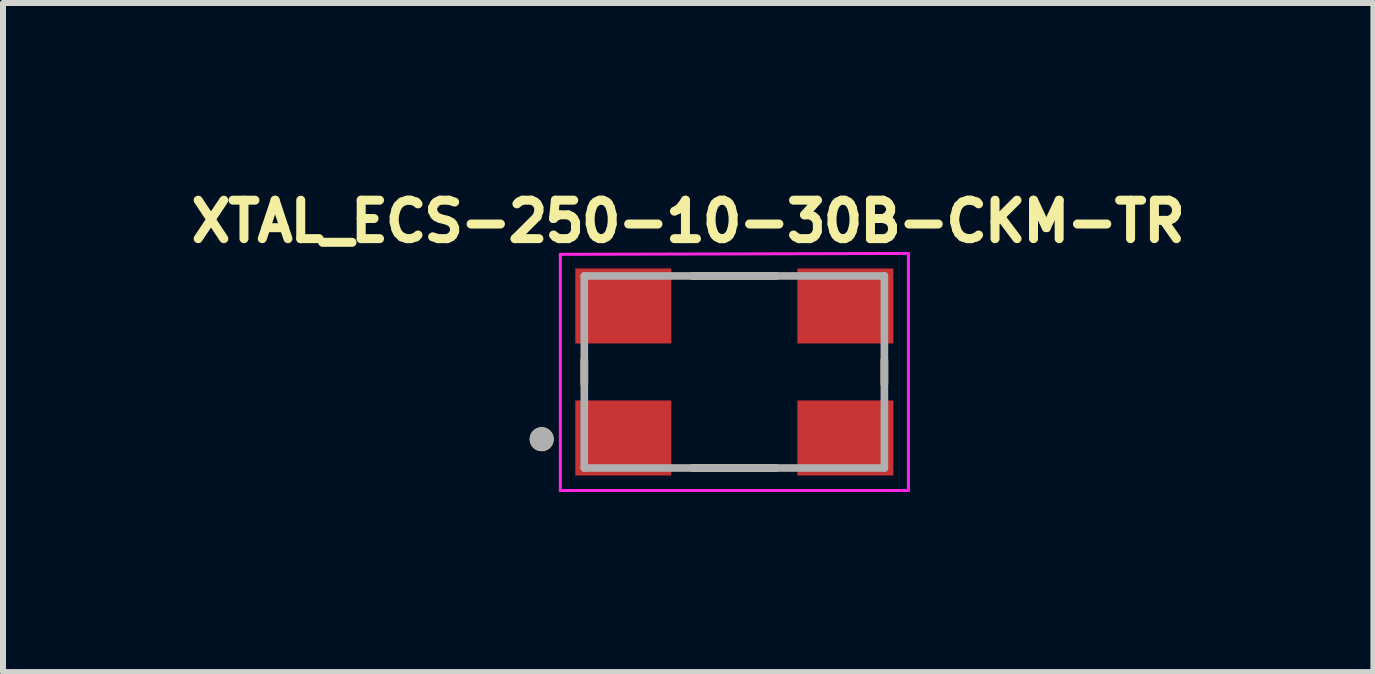
<source format=kicad_pcb>
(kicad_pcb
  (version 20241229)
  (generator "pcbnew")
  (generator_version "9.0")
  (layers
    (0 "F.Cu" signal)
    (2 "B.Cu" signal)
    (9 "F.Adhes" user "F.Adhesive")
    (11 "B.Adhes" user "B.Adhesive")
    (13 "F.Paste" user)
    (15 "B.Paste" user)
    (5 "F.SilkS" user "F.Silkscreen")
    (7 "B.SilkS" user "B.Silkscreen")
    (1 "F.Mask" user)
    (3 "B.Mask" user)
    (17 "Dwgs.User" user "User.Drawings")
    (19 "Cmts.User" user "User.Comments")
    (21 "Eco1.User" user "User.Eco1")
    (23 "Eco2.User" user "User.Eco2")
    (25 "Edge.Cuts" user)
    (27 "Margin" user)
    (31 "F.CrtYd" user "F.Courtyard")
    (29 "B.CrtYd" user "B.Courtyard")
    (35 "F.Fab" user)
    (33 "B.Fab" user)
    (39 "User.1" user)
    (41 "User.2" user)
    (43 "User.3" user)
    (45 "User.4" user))
  (footprint "XTAL_ECS-250-10-30B-CKM-TR"
    (layer "F.Cu")
    (at 9.186 3.148)
    (property "Reference" "XTAL_ECS-250-10-30B-CKM-TR" (at -0.769 -2.51 0) (layer "F.SilkS") (effects (font (size 0.641 0.641) (thickness 0.15))))
    (attr smd)
    (fp_line (start -2.5 0.2) (end -2.5 -0.2) (stroke (width 0.127) (type solid)) (layer "F.SilkS"))
    (fp_line (start -0.7 1.6) (end 0.7 1.6) (stroke (width 0.127) (type solid)) (layer "F.SilkS"))
    (fp_line (start 0.7 -1.6) (end -0.7 -1.6) (stroke (width 0.127) (type solid)) (layer "F.SilkS"))
    (fp_line (start 2.5 0.2) (end 2.5 -0.2) (stroke (width 0.127) (type solid)) (layer "F.SilkS"))
    (fp_circle (center -3.21 1.12) (end -3.11 1.12) (stroke (width 0.2) (type solid)) (fill no) (layer "F.SilkS"))
    (fp_line (start -2.9 -1.96) (end -2.9 1.975) (stroke (width 0.05) (type solid)) (layer "F.CrtYd"))
    (fp_line (start -2.9 1.975) (end 2.9 1.975) (stroke (width 0.05) (type solid)) (layer "F.CrtYd"))
    (fp_line (start 2.9 -1.975) (end -2.9 -1.96) (stroke (width 0.05) (type solid)) (layer "F.CrtYd"))
    (fp_line (start 2.9 1.975) (end 2.9 -1.975) (stroke (width 0.05) (type solid)) (layer "F.CrtYd"))
    (fp_line (start -2.5 -1.6) (end -2.5 1.6) (stroke (width 0.127) (type solid)) (layer "F.Fab"))
    (fp_line (start -2.5 1.6) (end 2.5 1.6) (stroke (width 0.127) (type solid)) (layer "F.Fab"))
    (fp_line (start 2.5 -1.6) (end -2.5 -1.6) (stroke (width 0.127) (type solid)) (layer "F.Fab"))
    (fp_line (start 2.5 1.6) (end 2.5 -1.6) (stroke (width 0.127) (type solid)) (layer "F.Fab"))
    (fp_circle (center -3.21 1.12) (end -3.11 1.12) (stroke (width 0.2) (type solid)) (fill no) (layer "F.Fab"))
    (pad "1" smd rect (at -1.85 1.1) (size 1.6 1.25) (layers "F.Cu" "F.Mask" "F.Paste"))
    (pad "2" smd rect (at 1.85 1.1) (size 1.6 1.25) (layers "F.Cu" "F.Mask" "F.Paste"))
    (pad "3" smd rect (at 1.85 -1.1) (size 1.6 1.25) (layers "F.Cu" "F.Mask" "F.Paste"))
    (pad "4" smd rect (at -1.85 -1.1) (size 1.6 1.25) (layers "F.Cu" "F.Mask" "F.Paste")))
  (gr_rect
    (start -3 -3)
    (end 19.834 8.148)
    (stroke (width 0.1) (type default))
    (fill no)
    (layer "Edge.Cuts")))
</source>
